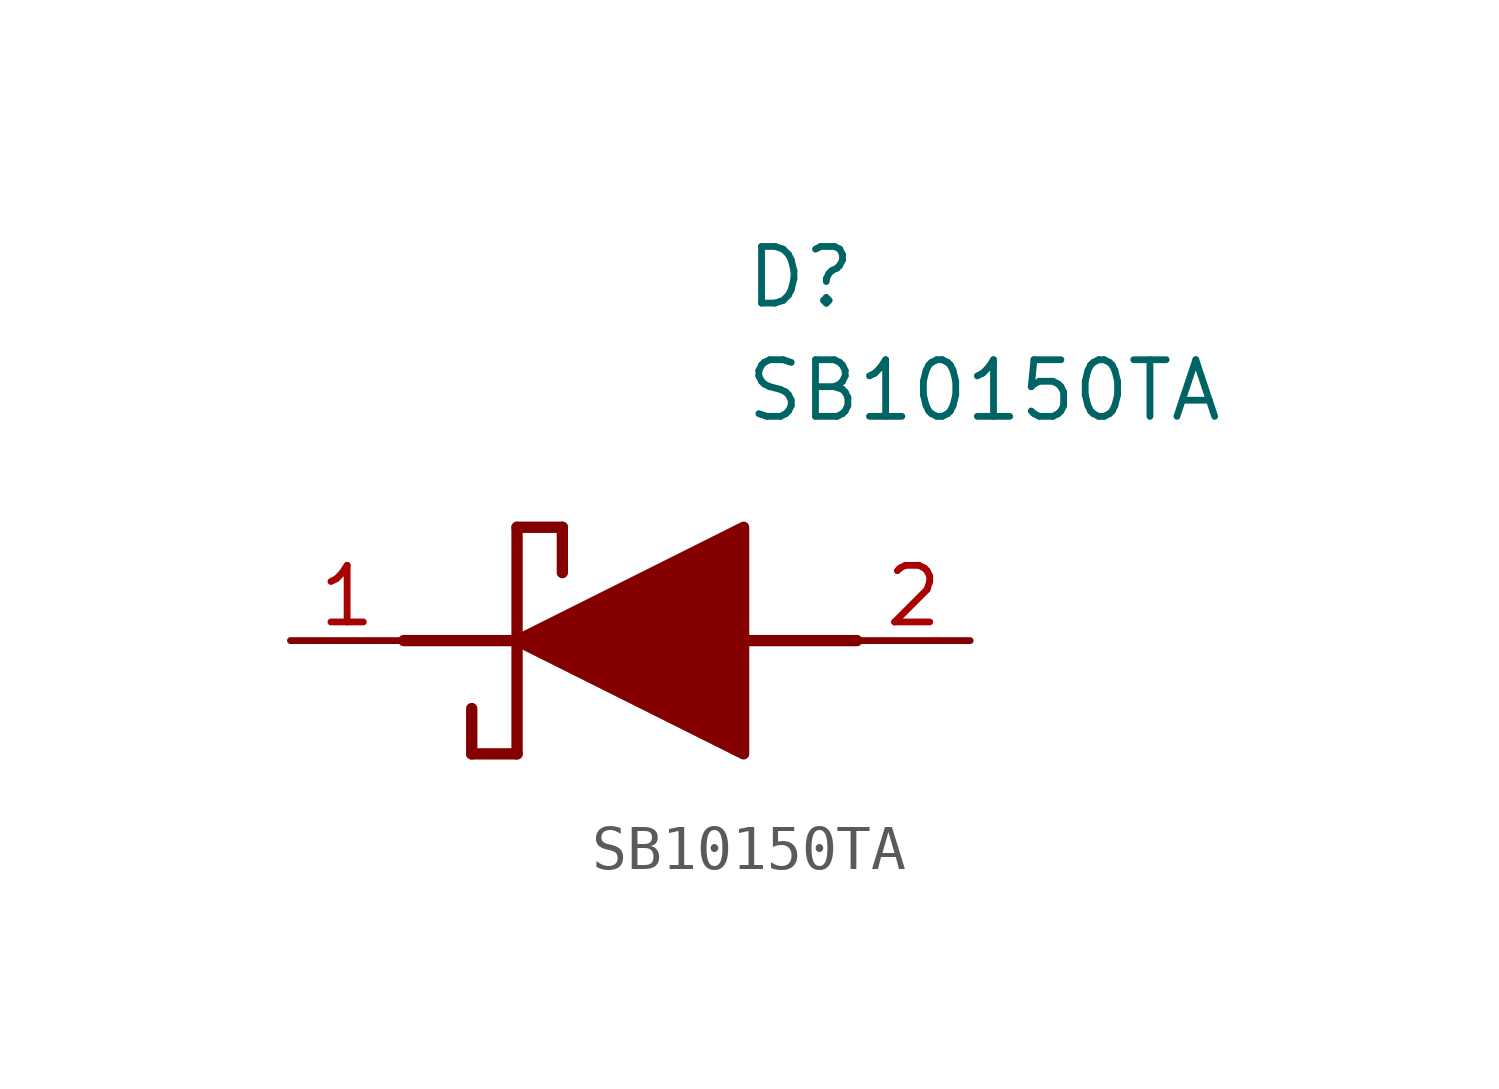
<source format=kicad_sym>
(kicad_symbol_lib
  (version 20211014)
  (generator SamacSys_ECAD_Model)
  (symbol "SB10150TA"
    (pin_names hide)
    (property "Reference" "D"
      (at 12.7 8.89 0)
      (effects (font (size 1.27 1.27)) (justify left top)))
    (property "Value" "SB10150TA"
      (at 12.7 6.35 0)
      (effects (font (size 1.27 1.27)) (justify left top)))
    (polyline
      (pts (xy 7.62 2.54) (xy 7.62 -2.54))
      (stroke (width 0.254) (type default))
      (fill (type none)))
    (polyline
      (pts (xy 7.62 2.54) (xy 8.636 2.54))
      (stroke (width 0.254) (type default))
      (fill (type none)))
    (polyline
      (pts (xy 8.636 1.524) (xy 8.636 2.54))
      (stroke (width 0.254) (type default))
      (fill (type none)))
    (polyline
      (pts (xy 7.62 -2.54) (xy 6.604 -2.54))
      (stroke (width 0.254) (type default))
      (fill (type none)))
    (polyline
      (pts (xy 6.604 -1.524) (xy 6.604 -2.54))
      (stroke (width 0.254) (type default))
      (fill (type none)))
    (polyline
      (pts (xy 5.08 0) (xy 7.62 0))
      (stroke (width 0.254) (type default))
      (fill (type none)))
    (polyline
      (pts (xy 12.7 0) (xy 15.24 0))
      (stroke (width 0.254) (type default))
      (fill (type none)))
    (polyline
      (pts (xy 7.62 0) (xy 12.7 2.54) (xy 12.7 -2.54) (xy 7.62 0))
      (stroke (width 0.254) (type default))
      (fill (type outline)))
    (pin passive line
      (at 2.54 0 0)
      (length 2.54)
      (name "K" (effects (font (size 1.27 1.27))))
      (number "1" (effects (font (size 1.27 1.27)))))
    (pin passive line
      (at 17.78 0 180)
      (length 2.54)
      (name "A" (effects (font (size 1.27 1.27))))
      (number "2" (effects (font (size 1.27 1.27)))))))
</source>
